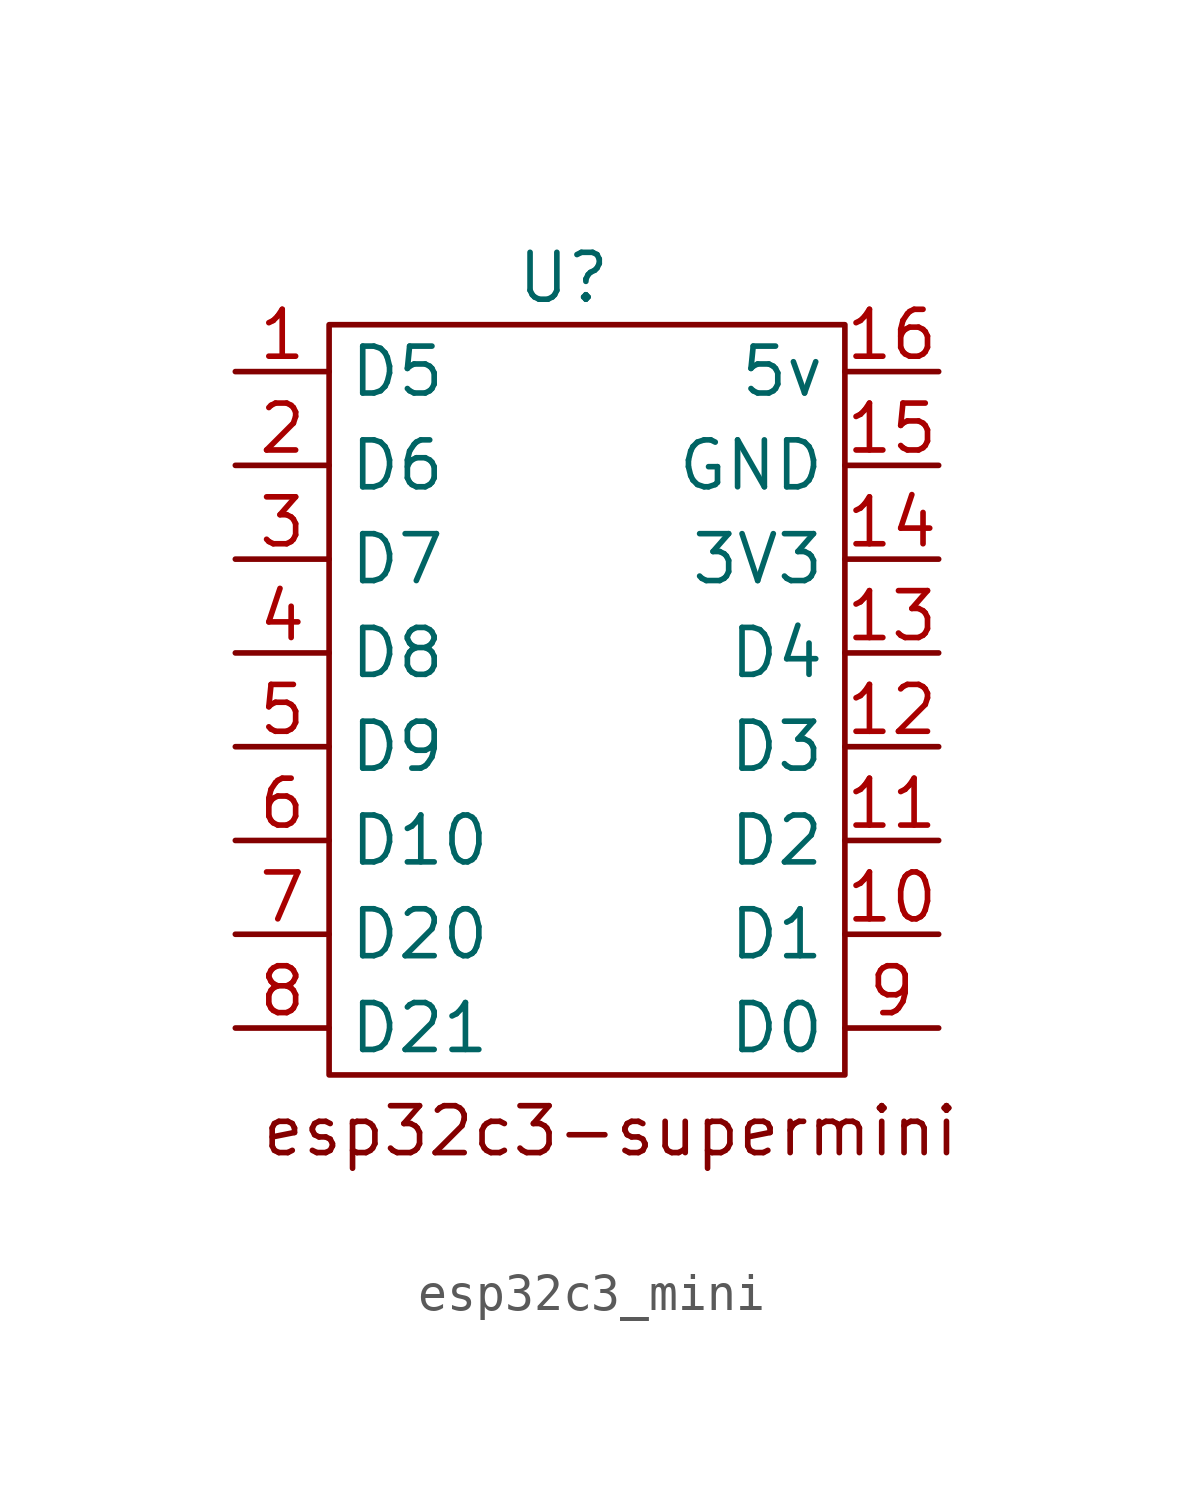
<source format=kicad_sym>
(kicad_symbol_lib
  (version 20231120)
  (generator "kicad_symbol_editor")
  (generator_version "8.0")
  (symbol "esp32c3_mini"
    (property "Reference" "U"
      (at 0 11.43 0)
      (effects (font (size 1.27 1.27))))
    (property "Value" ""
      (at 0 0 0)
      (effects (font (size 1.27 1.27))))
    (symbol "esp32c3_mini_0_1"
      (rectangle (start -6.35 10.16) (end 7.62 -10.16) (stroke (width 0) (type default)) (fill (type none))))
    (symbol "esp32c3_mini_1_1"
      (text "esp32c3-supermini" (at 1.27 -11.684 0) (effects (font (size 1.27 1.27))))
      (pin passive line (at -8.89 8.89 0) (length 2.54) (name "D5" (effects (font (size 1.27 1.27)))) (number "1" (effects (font (size 1.27 1.27)))))
      (pin passive line (at 10.16 -6.35 180) (length 2.54) (name "D1" (effects (font (size 1.27 1.27)))) (number "10" (effects (font (size 1.27 1.27)))))
      (pin passive line (at 10.16 -3.81 180) (length 2.54) (name "D2" (effects (font (size 1.27 1.27)))) (number "11" (effects (font (size 1.27 1.27)))))
      (pin passive line (at 10.16 -1.27 180) (length 2.54) (name "D3" (effects (font (size 1.27 1.27)))) (number "12" (effects (font (size 1.27 1.27)))))
      (pin passive line (at 10.16 1.27 180) (length 2.54) (name "D4" (effects (font (size 1.27 1.27)))) (number "13" (effects (font (size 1.27 1.27)))))
      (pin passive line (at 10.16 3.81 180) (length 2.54) (name "3V3" (effects (font (size 1.27 1.27)))) (number "14" (effects (font (size 1.27 1.27)))))
      (pin passive line (at 10.16 6.35 180) (length 2.54) (name "GND" (effects (font (size 1.27 1.27)))) (number "15" (effects (font (size 1.27 1.27)))))
      (pin passive line (at 10.16 8.89 180) (length 2.54) (name "5v" (effects (font (size 1.27 1.27)))) (number "16" (effects (font (size 1.27 1.27)))))
      (pin passive line (at -8.89 6.35 0) (length 2.54) (name "D6" (effects (font (size 1.27 1.27)))) (number "2" (effects (font (size 1.27 1.27)))))
      (pin passive line (at -8.89 3.81 0) (length 2.54) (name "D7" (effects (font (size 1.27 1.27)))) (number "3" (effects (font (size 1.27 1.27)))))
      (pin passive line (at -8.89 1.27 0) (length 2.54) (name "D8" (effects (font (size 1.27 1.27)))) (number "4" (effects (font (size 1.27 1.27)))))
      (pin passive line (at -8.89 -1.27 0) (length 2.54) (name "D9" (effects (font (size 1.27 1.27)))) (number "5" (effects (font (size 1.27 1.27)))))
      (pin passive line (at -8.89 -3.81 0) (length 2.54) (name "D10" (effects (font (size 1.27 1.27)))) (number "6" (effects (font (size 1.27 1.27)))))
      (pin passive line (at -8.89 -6.35 0) (length 2.54) (name "D20" (effects (font (size 1.27 1.27)))) (number "7" (effects (font (size 1.27 1.27)))))
      (pin passive line (at -8.89 -8.89 0) (length 2.54) (name "D21" (effects (font (size 1.27 1.27)))) (number "8" (effects (font (size 1.27 1.27)))))
      (pin passive line (at 10.16 -8.89 180) (length 2.54) (name "D0" (effects (font (size 1.27 1.27)))) (number "9" (effects (font (size 1.27 1.27))))))))
</source>
